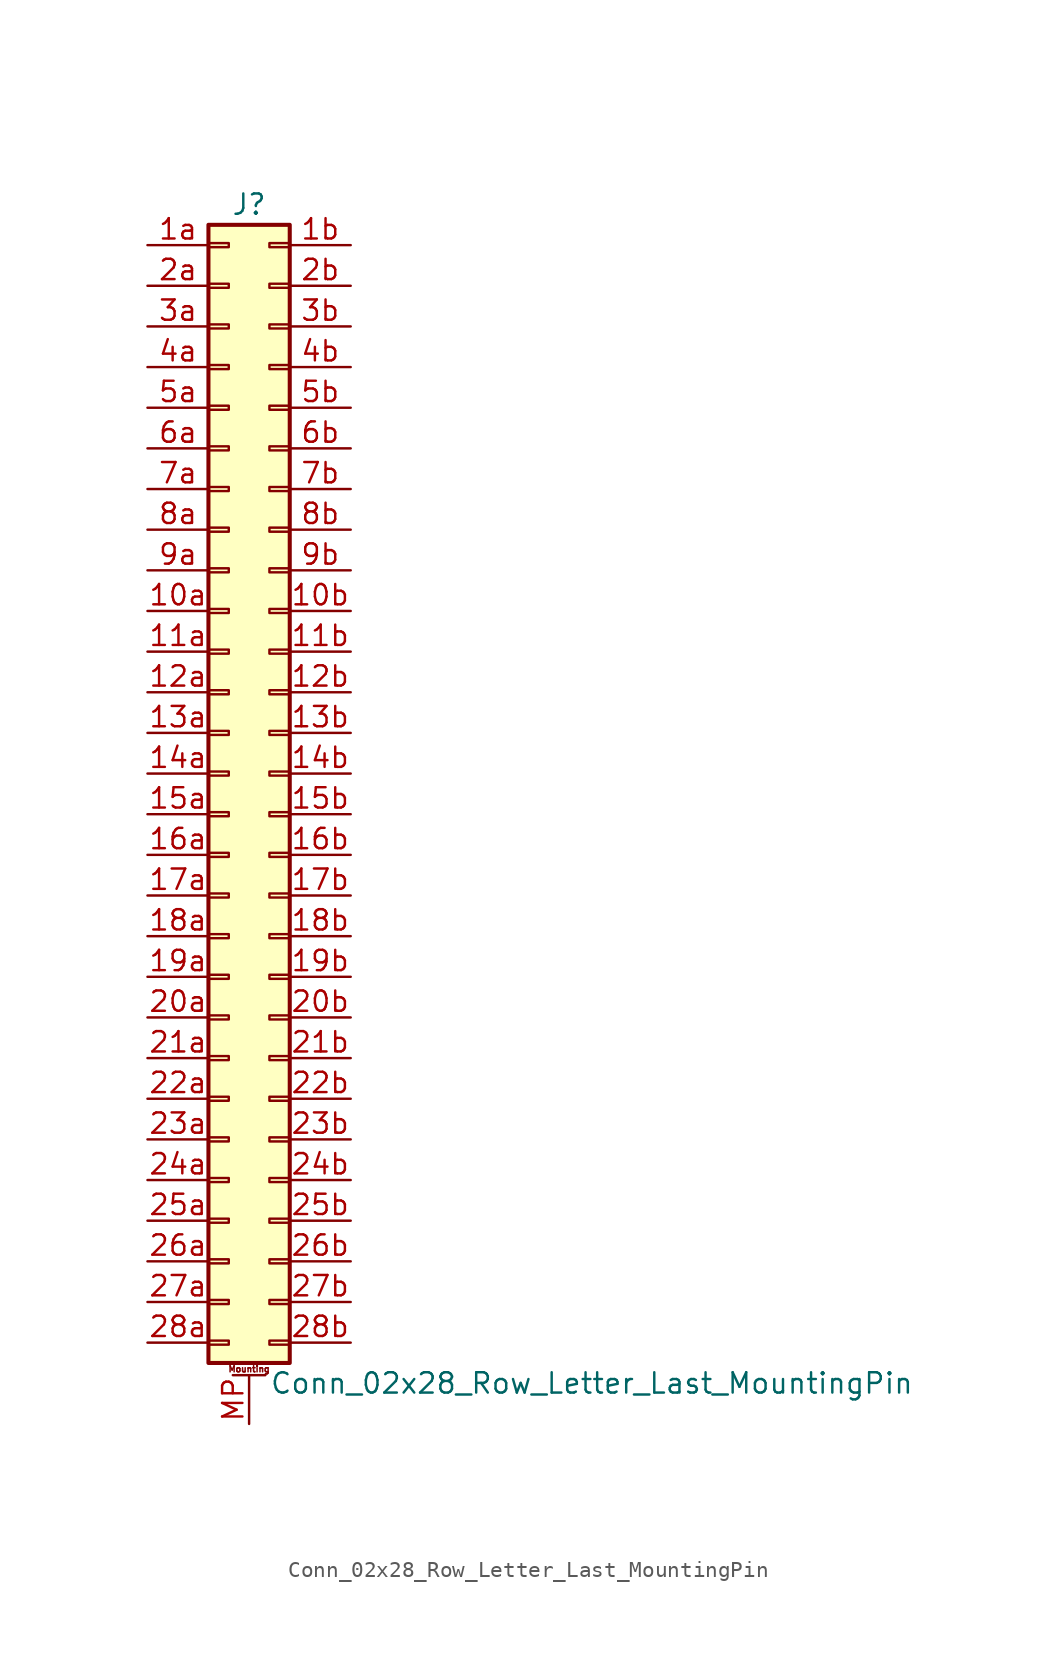
<source format=kicad_sym>
(kicad_symbol_lib
  (version 20220914)
  (generator kicad_symbol_editor)
  (symbol "Conn_02x28_Row_Letter_Last_MountingPin"
    (pin_names
      (offset 1.016) hide)
    (property "Reference" "J"
      (at 1.27 35.56 0)
      (effects (font (size 1.27 1.27))))
    (property "Value" "Conn_02x28_Row_Letter_Last_MountingPin"
      (at 2.54 -38.1 0)
      (effects (font (size 1.27 1.27)) (justify left)))
    (symbol "Conn_02x28_Row_Letter_Last_MountingPin_1_1"
      (rectangle (start -1.27 -35.433) (end 0 -35.687) (stroke (width 0.152) (type default)) (fill (type none)))
      (rectangle (start -1.27 -32.893) (end 0 -33.147) (stroke (width 0.152) (type default)) (fill (type none)))
      (rectangle (start -1.27 -30.353) (end 0 -30.607) (stroke (width 0.152) (type default)) (fill (type none)))
      (rectangle (start -1.27 -27.813) (end 0 -28.067) (stroke (width 0.152) (type default)) (fill (type none)))
      (rectangle (start -1.27 -25.273) (end 0 -25.527) (stroke (width 0.152) (type default)) (fill (type none)))
      (rectangle (start -1.27 -22.733) (end 0 -22.987) (stroke (width 0.152) (type default)) (fill (type none)))
      (rectangle (start -1.27 -20.193) (end 0 -20.447) (stroke (width 0.152) (type default)) (fill (type none)))
      (rectangle (start -1.27 -17.653) (end 0 -17.907) (stroke (width 0.152) (type default)) (fill (type none)))
      (rectangle (start -1.27 -15.113) (end 0 -15.367) (stroke (width 0.152) (type default)) (fill (type none)))
      (rectangle (start -1.27 -12.573) (end 0 -12.827) (stroke (width 0.152) (type default)) (fill (type none)))
      (rectangle (start -1.27 -10.033) (end 0 -10.287) (stroke (width 0.152) (type default)) (fill (type none)))
      (rectangle (start -1.27 -7.493) (end 0 -7.747) (stroke (width 0.152) (type default)) (fill (type none)))
      (rectangle (start -1.27 -4.953) (end 0 -5.207) (stroke (width 0.152) (type default)) (fill (type none)))
      (rectangle (start -1.27 -2.413) (end 0 -2.667) (stroke (width 0.152) (type default)) (fill (type none)))
      (rectangle (start -1.27 0.127) (end 0 -0.127) (stroke (width 0.152) (type default)) (fill (type none)))
      (rectangle (start -1.27 2.667) (end 0 2.413) (stroke (width 0.152) (type default)) (fill (type none)))
      (rectangle (start -1.27 5.207) (end 0 4.953) (stroke (width 0.152) (type default)) (fill (type none)))
      (rectangle (start -1.27 7.747) (end 0 7.493) (stroke (width 0.152) (type default)) (fill (type none)))
      (rectangle (start -1.27 10.287) (end 0 10.033) (stroke (width 0.152) (type default)) (fill (type none)))
      (rectangle (start -1.27 12.827) (end 0 12.573) (stroke (width 0.152) (type default)) (fill (type none)))
      (rectangle (start -1.27 15.367) (end 0 15.113) (stroke (width 0.152) (type default)) (fill (type none)))
      (rectangle (start -1.27 17.907) (end 0 17.653) (stroke (width 0.152) (type default)) (fill (type none)))
      (rectangle (start -1.27 20.447) (end 0 20.193) (stroke (width 0.152) (type default)) (fill (type none)))
      (rectangle (start -1.27 22.987) (end 0 22.733) (stroke (width 0.152) (type default)) (fill (type none)))
      (rectangle (start -1.27 25.527) (end 0 25.273) (stroke (width 0.152) (type default)) (fill (type none)))
      (rectangle (start -1.27 28.067) (end 0 27.813) (stroke (width 0.152) (type default)) (fill (type none)))
      (rectangle (start -1.27 30.607) (end 0 30.353) (stroke (width 0.152) (type default)) (fill (type none)))
      (rectangle (start -1.27 33.147) (end 0 32.893) (stroke (width 0.152) (type default)) (fill (type none)))
      (rectangle (start -1.27 34.29) (end 3.81 -36.83) (stroke (width 0.254) (type default)) (fill (type background)))
      (polyline (pts (xy 0.254 -37.592) (xy 2.286 -37.592)) (stroke (width 0.152) (type default)) (fill (type none)))
      (rectangle (start 3.81 -35.433) (end 2.54 -35.687) (stroke (width 0.152) (type default)) (fill (type none)))
      (rectangle (start 3.81 -32.893) (end 2.54 -33.147) (stroke (width 0.152) (type default)) (fill (type none)))
      (rectangle (start 3.81 -30.353) (end 2.54 -30.607) (stroke (width 0.152) (type default)) (fill (type none)))
      (rectangle (start 3.81 -27.813) (end 2.54 -28.067) (stroke (width 0.152) (type default)) (fill (type none)))
      (rectangle (start 3.81 -25.273) (end 2.54 -25.527) (stroke (width 0.152) (type default)) (fill (type none)))
      (rectangle (start 3.81 -22.733) (end 2.54 -22.987) (stroke (width 0.152) (type default)) (fill (type none)))
      (rectangle (start 3.81 -20.193) (end 2.54 -20.447) (stroke (width 0.152) (type default)) (fill (type none)))
      (rectangle (start 3.81 -17.653) (end 2.54 -17.907) (stroke (width 0.152) (type default)) (fill (type none)))
      (rectangle (start 3.81 -15.113) (end 2.54 -15.367) (stroke (width 0.152) (type default)) (fill (type none)))
      (rectangle (start 3.81 -12.573) (end 2.54 -12.827) (stroke (width 0.152) (type default)) (fill (type none)))
      (rectangle (start 3.81 -10.033) (end 2.54 -10.287) (stroke (width 0.152) (type default)) (fill (type none)))
      (rectangle (start 3.81 -7.493) (end 2.54 -7.747) (stroke (width 0.152) (type default)) (fill (type none)))
      (rectangle (start 3.81 -4.953) (end 2.54 -5.207) (stroke (width 0.152) (type default)) (fill (type none)))
      (rectangle (start 3.81 -2.413) (end 2.54 -2.667) (stroke (width 0.152) (type default)) (fill (type none)))
      (rectangle (start 3.81 0.127) (end 2.54 -0.127) (stroke (width 0.152) (type default)) (fill (type none)))
      (rectangle (start 3.81 2.667) (end 2.54 2.413) (stroke (width 0.152) (type default)) (fill (type none)))
      (rectangle (start 3.81 5.207) (end 2.54 4.953) (stroke (width 0.152) (type default)) (fill (type none)))
      (rectangle (start 3.81 7.747) (end 2.54 7.493) (stroke (width 0.152) (type default)) (fill (type none)))
      (rectangle (start 3.81 10.287) (end 2.54 10.033) (stroke (width 0.152) (type default)) (fill (type none)))
      (rectangle (start 3.81 12.827) (end 2.54 12.573) (stroke (width 0.152) (type default)) (fill (type none)))
      (rectangle (start 3.81 15.367) (end 2.54 15.113) (stroke (width 0.152) (type default)) (fill (type none)))
      (rectangle (start 3.81 17.907) (end 2.54 17.653) (stroke (width 0.152) (type default)) (fill (type none)))
      (rectangle (start 3.81 20.447) (end 2.54 20.193) (stroke (width 0.152) (type default)) (fill (type none)))
      (rectangle (start 3.81 22.987) (end 2.54 22.733) (stroke (width 0.152) (type default)) (fill (type none)))
      (rectangle (start 3.81 25.527) (end 2.54 25.273) (stroke (width 0.152) (type default)) (fill (type none)))
      (rectangle (start 3.81 28.067) (end 2.54 27.813) (stroke (width 0.152) (type default)) (fill (type none)))
      (rectangle (start 3.81 30.607) (end 2.54 30.353) (stroke (width 0.152) (type default)) (fill (type none)))
      (rectangle (start 3.81 33.147) (end 2.54 32.893) (stroke (width 0.152) (type default)) (fill (type none)))
      (text "Mounting" (at 1.27 -37.211 0) (effects (font (size 0.381 0.381))))
      (pin passive line (at -5.08 10.16 0) (length 3.81) (name "Pin_10a" (effects (font (size 1.27 1.27)))) (number "10a" (effects (font (size 1.27 1.27)))))
      (pin passive line (at 7.62 10.16 180) (length 3.81) (name "Pin_10b" (effects (font (size 1.27 1.27)))) (number "10b" (effects (font (size 1.27 1.27)))))
      (pin passive line (at -5.08 7.62 0) (length 3.81) (name "Pin_11a" (effects (font (size 1.27 1.27)))) (number "11a" (effects (font (size 1.27 1.27)))))
      (pin passive line (at 7.62 7.62 180) (length 3.81) (name "Pin_11b" (effects (font (size 1.27 1.27)))) (number "11b" (effects (font (size 1.27 1.27)))))
      (pin passive line (at -5.08 5.08 0) (length 3.81) (name "Pin_12a" (effects (font (size 1.27 1.27)))) (number "12a" (effects (font (size 1.27 1.27)))))
      (pin passive line (at 7.62 5.08 180) (length 3.81) (name "Pin_12b" (effects (font (size 1.27 1.27)))) (number "12b" (effects (font (size 1.27 1.27)))))
      (pin passive line (at -5.08 2.54 0) (length 3.81) (name "Pin_13a" (effects (font (size 1.27 1.27)))) (number "13a" (effects (font (size 1.27 1.27)))))
      (pin passive line (at 7.62 2.54 180) (length 3.81) (name "Pin_13b" (effects (font (size 1.27 1.27)))) (number "13b" (effects (font (size 1.27 1.27)))))
      (pin passive line (at -5.08 0 0) (length 3.81) (name "Pin_14a" (effects (font (size 1.27 1.27)))) (number "14a" (effects (font (size 1.27 1.27)))))
      (pin passive line (at 7.62 0 180) (length 3.81) (name "Pin_14b" (effects (font (size 1.27 1.27)))) (number "14b" (effects (font (size 1.27 1.27)))))
      (pin passive line (at -5.08 -2.54 0) (length 3.81) (name "Pin_15a" (effects (font (size 1.27 1.27)))) (number "15a" (effects (font (size 1.27 1.27)))))
      (pin passive line (at 7.62 -2.54 180) (length 3.81) (name "Pin_15b" (effects (font (size 1.27 1.27)))) (number "15b" (effects (font (size 1.27 1.27)))))
      (pin passive line (at -5.08 -5.08 0) (length 3.81) (name "Pin_16a" (effects (font (size 1.27 1.27)))) (number "16a" (effects (font (size 1.27 1.27)))))
      (pin passive line (at 7.62 -5.08 180) (length 3.81) (name "Pin_16b" (effects (font (size 1.27 1.27)))) (number "16b" (effects (font (size 1.27 1.27)))))
      (pin passive line (at -5.08 -7.62 0) (length 3.81) (name "Pin_17a" (effects (font (size 1.27 1.27)))) (number "17a" (effects (font (size 1.27 1.27)))))
      (pin passive line (at 7.62 -7.62 180) (length 3.81) (name "Pin_17b" (effects (font (size 1.27 1.27)))) (number "17b" (effects (font (size 1.27 1.27)))))
      (pin passive line (at -5.08 -10.16 0) (length 3.81) (name "Pin_18a" (effects (font (size 1.27 1.27)))) (number "18a" (effects (font (size 1.27 1.27)))))
      (pin passive line (at 7.62 -10.16 180) (length 3.81) (name "Pin_18b" (effects (font (size 1.27 1.27)))) (number "18b" (effects (font (size 1.27 1.27)))))
      (pin passive line (at -5.08 -12.7 0) (length 3.81) (name "Pin_19a" (effects (font (size 1.27 1.27)))) (number "19a" (effects (font (size 1.27 1.27)))))
      (pin passive line (at 7.62 -12.7 180) (length 3.81) (name "Pin_19b" (effects (font (size 1.27 1.27)))) (number "19b" (effects (font (size 1.27 1.27)))))
      (pin passive line (at -5.08 33.02 0) (length 3.81) (name "Pin_1a" (effects (font (size 1.27 1.27)))) (number "1a" (effects (font (size 1.27 1.27)))))
      (pin passive line (at 7.62 33.02 180) (length 3.81) (name "Pin_1b" (effects (font (size 1.27 1.27)))) (number "1b" (effects (font (size 1.27 1.27)))))
      (pin passive line (at -5.08 -15.24 0) (length 3.81) (name "Pin_20a" (effects (font (size 1.27 1.27)))) (number "20a" (effects (font (size 1.27 1.27)))))
      (pin passive line (at 7.62 -15.24 180) (length 3.81) (name "Pin_20b" (effects (font (size 1.27 1.27)))) (number "20b" (effects (font (size 1.27 1.27)))))
      (pin passive line (at -5.08 -17.78 0) (length 3.81) (name "Pin_21a" (effects (font (size 1.27 1.27)))) (number "21a" (effects (font (size 1.27 1.27)))))
      (pin passive line (at 7.62 -17.78 180) (length 3.81) (name "Pin_21b" (effects (font (size 1.27 1.27)))) (number "21b" (effects (font (size 1.27 1.27)))))
      (pin passive line (at -5.08 -20.32 0) (length 3.81) (name "Pin_22a" (effects (font (size 1.27 1.27)))) (number "22a" (effects (font (size 1.27 1.27)))))
      (pin passive line (at 7.62 -20.32 180) (length 3.81) (name "Pin_22b" (effects (font (size 1.27 1.27)))) (number "22b" (effects (font (size 1.27 1.27)))))
      (pin passive line (at -5.08 -22.86 0) (length 3.81) (name "Pin_23a" (effects (font (size 1.27 1.27)))) (number "23a" (effects (font (size 1.27 1.27)))))
      (pin passive line (at 7.62 -22.86 180) (length 3.81) (name "Pin_23b" (effects (font (size 1.27 1.27)))) (number "23b" (effects (font (size 1.27 1.27)))))
      (pin passive line (at -5.08 -25.4 0) (length 3.81) (name "Pin_24a" (effects (font (size 1.27 1.27)))) (number "24a" (effects (font (size 1.27 1.27)))))
      (pin passive line (at 7.62 -25.4 180) (length 3.81) (name "Pin_24b" (effects (font (size 1.27 1.27)))) (number "24b" (effects (font (size 1.27 1.27)))))
      (pin passive line (at -5.08 -27.94 0) (length 3.81) (name "Pin_25a" (effects (font (size 1.27 1.27)))) (number "25a" (effects (font (size 1.27 1.27)))))
      (pin passive line (at 7.62 -27.94 180) (length 3.81) (name "Pin_25b" (effects (font (size 1.27 1.27)))) (number "25b" (effects (font (size 1.27 1.27)))))
      (pin passive line (at -5.08 -30.48 0) (length 3.81) (name "Pin_26a" (effects (font (size 1.27 1.27)))) (number "26a" (effects (font (size 1.27 1.27)))))
      (pin passive line (at 7.62 -30.48 180) (length 3.81) (name "Pin_26b" (effects (font (size 1.27 1.27)))) (number "26b" (effects (font (size 1.27 1.27)))))
      (pin passive line (at -5.08 -33.02 0) (length 3.81) (name "Pin_27a" (effects (font (size 1.27 1.27)))) (number "27a" (effects (font (size 1.27 1.27)))))
      (pin passive line (at 7.62 -33.02 180) (length 3.81) (name "Pin_27b" (effects (font (size 1.27 1.27)))) (number "27b" (effects (font (size 1.27 1.27)))))
      (pin passive line (at -5.08 -35.56 0) (length 3.81) (name "Pin_28a" (effects (font (size 1.27 1.27)))) (number "28a" (effects (font (size 1.27 1.27)))))
      (pin passive line (at 7.62 -35.56 180) (length 3.81) (name "Pin_28b" (effects (font (size 1.27 1.27)))) (number "28b" (effects (font (size 1.27 1.27)))))
      (pin passive line (at -5.08 30.48 0) (length 3.81) (name "Pin_2a" (effects (font (size 1.27 1.27)))) (number "2a" (effects (font (size 1.27 1.27)))))
      (pin passive line (at 7.62 30.48 180) (length 3.81) (name "Pin_2b" (effects (font (size 1.27 1.27)))) (number "2b" (effects (font (size 1.27 1.27)))))
      (pin passive line (at -5.08 27.94 0) (length 3.81) (name "Pin_3a" (effects (font (size 1.27 1.27)))) (number "3a" (effects (font (size 1.27 1.27)))))
      (pin passive line (at 7.62 27.94 180) (length 3.81) (name "Pin_3b" (effects (font (size 1.27 1.27)))) (number "3b" (effects (font (size 1.27 1.27)))))
      (pin passive line (at -5.08 25.4 0) (length 3.81) (name "Pin_4a" (effects (font (size 1.27 1.27)))) (number "4a" (effects (font (size 1.27 1.27)))))
      (pin passive line (at 7.62 25.4 180) (length 3.81) (name "Pin_4b" (effects (font (size 1.27 1.27)))) (number "4b" (effects (font (size 1.27 1.27)))))
      (pin passive line (at -5.08 22.86 0) (length 3.81) (name "Pin_5a" (effects (font (size 1.27 1.27)))) (number "5a" (effects (font (size 1.27 1.27)))))
      (pin passive line (at 7.62 22.86 180) (length 3.81) (name "Pin_5b" (effects (font (size 1.27 1.27)))) (number "5b" (effects (font (size 1.27 1.27)))))
      (pin passive line (at -5.08 20.32 0) (length 3.81) (name "Pin_6a" (effects (font (size 1.27 1.27)))) (number "6a" (effects (font (size 1.27 1.27)))))
      (pin passive line (at 7.62 20.32 180) (length 3.81) (name "Pin_6b" (effects (font (size 1.27 1.27)))) (number "6b" (effects (font (size 1.27 1.27)))))
      (pin passive line (at -5.08 17.78 0) (length 3.81) (name "Pin_7a" (effects (font (size 1.27 1.27)))) (number "7a" (effects (font (size 1.27 1.27)))))
      (pin passive line (at 7.62 17.78 180) (length 3.81) (name "Pin_7b" (effects (font (size 1.27 1.27)))) (number "7b" (effects (font (size 1.27 1.27)))))
      (pin passive line (at -5.08 15.24 0) (length 3.81) (name "Pin_8a" (effects (font (size 1.27 1.27)))) (number "8a" (effects (font (size 1.27 1.27)))))
      (pin passive line (at 7.62 15.24 180) (length 3.81) (name "Pin_8b" (effects (font (size 1.27 1.27)))) (number "8b" (effects (font (size 1.27 1.27)))))
      (pin passive line (at -5.08 12.7 0) (length 3.81) (name "Pin_9a" (effects (font (size 1.27 1.27)))) (number "9a" (effects (font (size 1.27 1.27)))))
      (pin passive line (at 7.62 12.7 180) (length 3.81) (name "Pin_9b" (effects (font (size 1.27 1.27)))) (number "9b" (effects (font (size 1.27 1.27)))))
      (pin passive line (at 1.27 -40.64 90) (length 3.048) (name "MountPin" (effects (font (size 1.27 1.27)))) (number "MP" (effects (font (size 1.27 1.27))))))))
</source>
